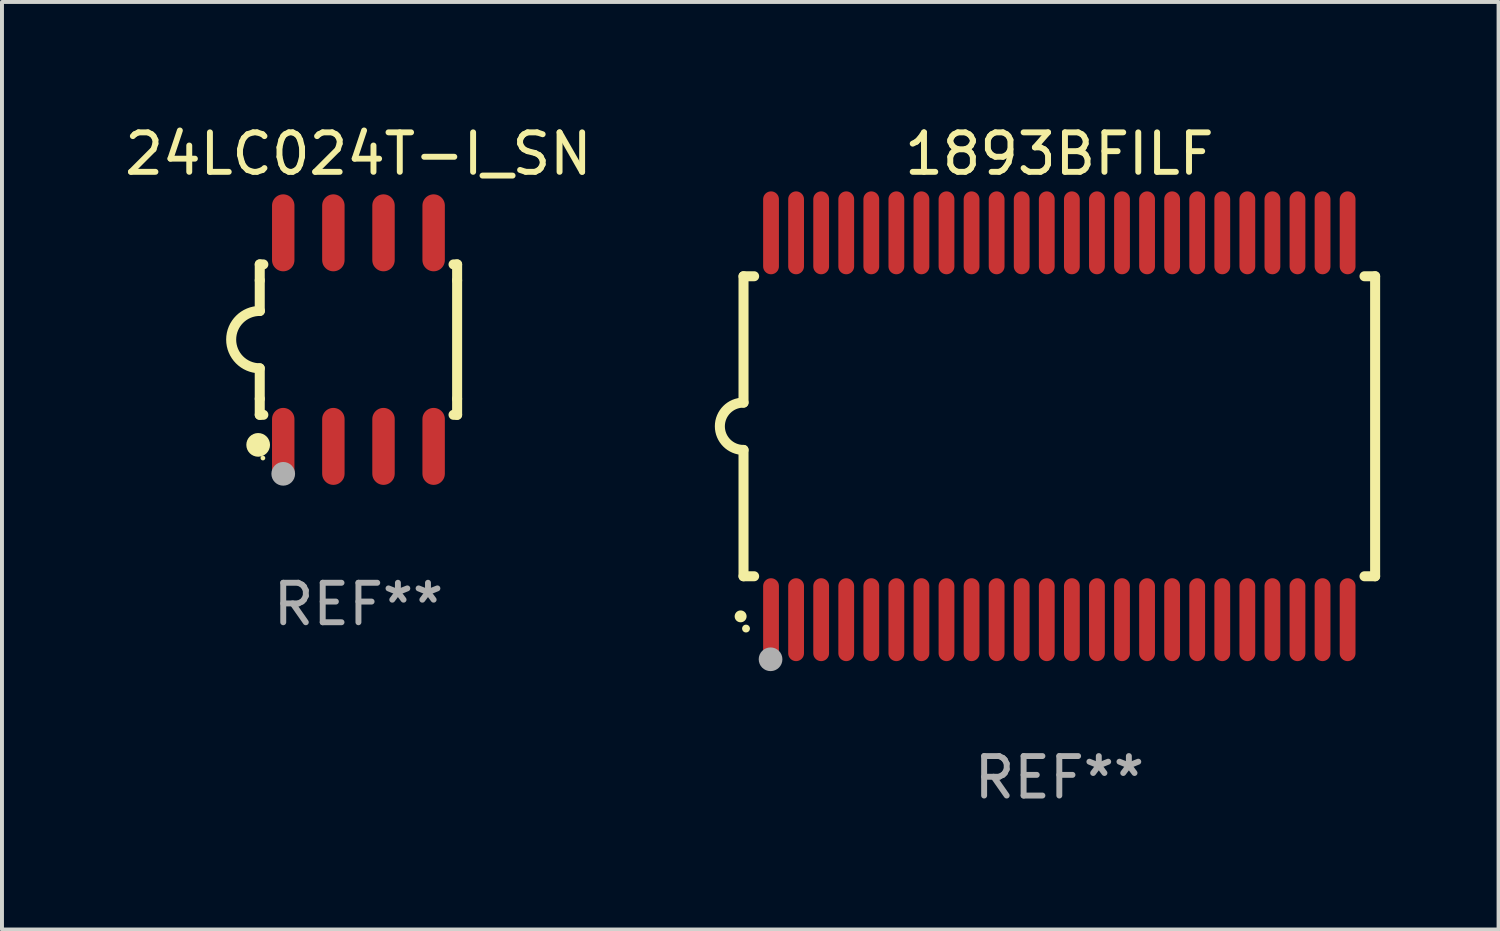
<source format=kicad_pcb>
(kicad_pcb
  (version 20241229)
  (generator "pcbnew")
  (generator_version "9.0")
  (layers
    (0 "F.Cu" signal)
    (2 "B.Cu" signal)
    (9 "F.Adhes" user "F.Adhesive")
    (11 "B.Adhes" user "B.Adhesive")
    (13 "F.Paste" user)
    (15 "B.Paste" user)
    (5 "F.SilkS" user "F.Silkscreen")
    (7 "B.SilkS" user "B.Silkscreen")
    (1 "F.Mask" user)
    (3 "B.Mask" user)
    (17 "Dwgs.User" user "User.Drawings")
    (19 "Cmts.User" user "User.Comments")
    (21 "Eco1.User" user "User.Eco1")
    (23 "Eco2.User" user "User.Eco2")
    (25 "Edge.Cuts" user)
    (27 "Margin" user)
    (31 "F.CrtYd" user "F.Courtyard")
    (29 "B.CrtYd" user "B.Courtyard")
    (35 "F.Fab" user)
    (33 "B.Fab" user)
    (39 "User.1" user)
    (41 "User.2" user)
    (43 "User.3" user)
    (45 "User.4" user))
  (footprint "24LC024T-I_SN"
    (layer "F.Cu")
    (at 6.03 5.553)
    (property "Reference" "24LC024T-I_SN" (at 0 -4.705 0) (layer "F.SilkS") (effects (font (size 1 1) (thickness 0.15))))
    (attr through_hole)
    (fp_line (start -2.5 -1.905) (end -2.409 -1.905) (stroke (width 0.254) (type solid)) (layer "F.SilkS"))
    (fp_line (start -2.5 -1.5) (end -2.5 -1.905) (stroke (width 0.254) (type solid)) (layer "F.SilkS"))
    (fp_line (start -2.5 -1.5) (end -2.5 -0.726) (stroke (width 0.254) (type solid)) (layer "F.SilkS"))
    (fp_line (start -2.5 1.5) (end -2.5 0.727) (stroke (width 0.254) (type solid)) (layer "F.SilkS"))
    (fp_line (start -2.5 1.5) (end -2.5 1.905) (stroke (width 0.254) (type solid)) (layer "F.SilkS"))
    (fp_line (start -2.5 1.905) (end -2.409 1.905) (stroke (width 0.254) (type solid)) (layer "F.SilkS"))
    (fp_line (start 2.5 -1.905) (end 2.409 -1.905) (stroke (width 0.254) (type solid)) (layer "F.SilkS"))
    (fp_line (start 2.5 -1.5) (end 2.5 -1.905) (stroke (width 0.254) (type solid)) (layer "F.SilkS"))
    (fp_line (start 2.5 -1.5) (end 2.5 1.5) (stroke (width 0.254) (type solid)) (layer "F.SilkS"))
    (fp_line (start 2.5 1.5) (end 2.5 1.905) (stroke (width 0.254) (type solid)) (layer "F.SilkS"))
    (fp_line (start 2.5 1.905) (end 2.409 1.905) (stroke (width 0.254) (type solid)) (layer "F.SilkS"))
    (fp_arc (start -2.5 0.726568) (mid -3.220316 -0.0023) (end -2.495097 -0.726289) (stroke (width 0.254001) (type solid)) (layer "F.SilkS"))
    (fp_circle (center -2.54 2.667) (end -2.39 2.667) (stroke (width 0.3) (type solid)) (fill no) (layer "F.SilkS"))
    (fp_circle (center -2.42 3) (end -2.39 3) (stroke (width 0.06) (type solid)) (fill no) (layer "F.SilkS"))
    (fp_circle (center -1.905 3.4) (end -1.755 3.4) (stroke (width 0.3) (type solid)) (fill no) (layer "F.Fab"))
    (fp_text user "REF**" (at 0 6.705 0) (layer "F.Fab") (effects (font (size 1 1) (thickness 0.15))))
    (pad "1" smd oval (at -1.905 2.705) (size 0.568 1.95) (layers "F.Cu" "F.Mask" "F.Paste"))
    (pad "2" smd oval (at -0.635 2.705) (size 0.568 1.95) (layers "F.Cu" "F.Mask" "F.Paste"))
    (pad "3" smd oval (at 0.635 2.705) (size 0.568 1.95) (layers "F.Cu" "F.Mask" "F.Paste"))
    (pad "4" smd oval (at 1.905 2.705) (size 0.568 1.95) (layers "F.Cu" "F.Mask" "F.Paste"))
    (pad "5" smd oval (at 1.905 -2.705) (size 0.568 1.95) (layers "F.Cu" "F.Mask" "F.Paste"))
    (pad "6" smd oval (at 0.635 -2.705) (size 0.568 1.95) (layers "F.Cu" "F.Mask" "F.Paste"))
    (pad "7" smd oval (at -0.635 -2.705) (size 0.568 1.95) (layers "F.Cu" "F.Mask" "F.Paste"))
    (pad "8" smd oval (at -1.905 -2.705) (size 0.568 1.95) (layers "F.Cu" "F.Mask" "F.Paste")))
  (footprint "1893BFILF"
    (layer "F.Cu")
    (at 23.785 7.748)
    (property "Reference" "1893BFILF" (at 0 -6.9 0) (layer "F.SilkS") (effects (font (size 1 1) (thickness 0.15))))
    (attr through_hole)
    (fp_line (start -8 -3.8) (end -8 -0.599) (stroke (width 0.254) (type solid)) (layer "F.SilkS"))
    (fp_line (start -8 -3.8) (end -7.731 -3.8) (stroke (width 0.254) (type solid)) (layer "F.SilkS"))
    (fp_line (start -8 3.8) (end -8 0.599) (stroke (width 0.254) (type solid)) (layer "F.SilkS"))
    (fp_line (start -7.731 3.8) (end -8 3.8) (stroke (width 0.254) (type solid)) (layer "F.SilkS"))
    (fp_line (start 7.731 -3.8) (end 8 -3.8) (stroke (width 0.254) (type solid)) (layer "F.SilkS"))
    (fp_line (start 8 -3.8) (end 8 3.8) (stroke (width 0.254) (type solid)) (layer "F.SilkS"))
    (fp_line (start 8 3.8) (end 7.731 3.8) (stroke (width 0.254) (type solid)) (layer "F.SilkS"))
    (fp_arc (start -8.074676 4.81585) (mid -8.073406 4.815845) (end -8.072136 4.81585) (stroke (width 0.3) (type solid)) (layer "F.SilkS"))
    (fp_arc (start -8.000025 0.6) (mid -8.598908 0.00056) (end -8.000027 -0.598882) (stroke (width 0.254001) (type solid)) (layer "F.SilkS"))
    (fp_circle (center -7.937 5.125) (end -7.887 5.125) (stroke (width 0.1) (type solid)) (fill no) (layer "F.SilkS"))
    (fp_circle (center -7.315 5.903) (end -7.165 5.903) (stroke (width 0.3) (type solid)) (fill no) (layer "F.Fab"))
    (fp_text user "REF**" (at 0 8.9 0) (layer "F.Fab") (effects (font (size 1 1) (thickness 0.15))))
    (pad "1" smd oval (at -7.303 4.9) (size 0.4 2.1) (layers "F.Cu" "F.Mask" "F.Paste"))
    (pad "2" smd oval (at -6.668 4.9) (size 0.4 2.1) (layers "F.Cu" "F.Mask" "F.Paste"))
    (pad "3" smd oval (at -6.033 4.9) (size 0.4 2.1) (layers "F.Cu" "F.Mask" "F.Paste"))
    (pad "4" smd oval (at -5.398 4.9) (size 0.4 2.1) (layers "F.Cu" "F.Mask" "F.Paste"))
    (pad "5" smd oval (at -4.763 4.9) (size 0.4 2.1) (layers "F.Cu" "F.Mask" "F.Paste"))
    (pad "6" smd oval (at -4.128 4.9) (size 0.4 2.1) (layers "F.Cu" "F.Mask" "F.Paste"))
    (pad "7" smd oval (at -3.493 4.9) (size 0.4 2.1) (layers "F.Cu" "F.Mask" "F.Paste"))
    (pad "8" smd oval (at -2.858 4.9) (size 0.4 2.1) (layers "F.Cu" "F.Mask" "F.Paste"))
    (pad "9" smd oval (at -2.223 4.9) (size 0.4 2.1) (layers "F.Cu" "F.Mask" "F.Paste"))
    (pad "10" smd oval (at -1.588 4.9) (size 0.4 2.1) (layers "F.Cu" "F.Mask" "F.Paste"))
    (pad "11" smd oval (at -0.953 4.9) (size 0.4 2.1) (layers "F.Cu" "F.Mask" "F.Paste"))
    (pad "12" smd oval (at -0.318 4.9) (size 0.4 2.1) (layers "F.Cu" "F.Mask" "F.Paste"))
    (pad "13" smd oval (at 0.318 4.9) (size 0.4 2.1) (layers "F.Cu" "F.Mask" "F.Paste"))
    (pad "14" smd oval (at 0.953 4.9) (size 0.4 2.1) (layers "F.Cu" "F.Mask" "F.Paste"))
    (pad "15" smd oval (at 1.588 4.9) (size 0.4 2.1) (layers "F.Cu" "F.Mask" "F.Paste"))
    (pad "16" smd oval (at 2.223 4.9) (size 0.4 2.1) (layers "F.Cu" "F.Mask" "F.Paste"))
    (pad "17" smd oval (at 2.858 4.9) (size 0.4 2.1) (layers "F.Cu" "F.Mask" "F.Paste"))
    (pad "18" smd oval (at 3.493 4.9) (size 0.4 2.1) (layers "F.Cu" "F.Mask" "F.Paste"))
    (pad "19" smd oval (at 4.128 4.9) (size 0.4 2.1) (layers "F.Cu" "F.Mask" "F.Paste"))
    (pad "20" smd oval (at 4.763 4.9) (size 0.4 2.1) (layers "F.Cu" "F.Mask" "F.Paste"))
    (pad "21" smd oval (at 5.398 4.9) (size 0.4 2.1) (layers "F.Cu" "F.Mask" "F.Paste"))
    (pad "22" smd oval (at 6.033 4.9) (size 0.4 2.1) (layers "F.Cu" "F.Mask" "F.Paste"))
    (pad "23" smd oval (at 6.668 4.9) (size 0.4 2.1) (layers "F.Cu" "F.Mask" "F.Paste"))
    (pad "24" smd oval (at 7.303 4.9) (size 0.4 2.1) (layers "F.Cu" "F.Mask" "F.Paste"))
    (pad "25" smd oval (at 7.303 -4.9 180) (size 0.4 2.1) (layers "F.Cu" "F.Mask" "F.Paste"))
    (pad "26" smd oval (at 6.668 -4.9 180) (size 0.4 2.1) (layers "F.Cu" "F.Mask" "F.Paste"))
    (pad "27" smd oval (at 6.033 -4.9 180) (size 0.4 2.1) (layers "F.Cu" "F.Mask" "F.Paste"))
    (pad "28" smd oval (at 5.398 -4.9 180) (size 0.4 2.1) (layers "F.Cu" "F.Mask" "F.Paste"))
    (pad "29" smd oval (at 4.763 -4.9 180) (size 0.4 2.1) (layers "F.Cu" "F.Mask" "F.Paste"))
    (pad "30" smd oval (at 4.128 -4.9 180) (size 0.4 2.1) (layers "F.Cu" "F.Mask" "F.Paste"))
    (pad "31" smd oval (at 3.493 -4.9 180) (size 0.4 2.1) (layers "F.Cu" "F.Mask" "F.Paste"))
    (pad "32" smd oval (at 2.858 -4.9 180) (size 0.4 2.1) (layers "F.Cu" "F.Mask" "F.Paste"))
    (pad "33" smd oval (at 2.223 -4.9 180) (size 0.4 2.1) (layers "F.Cu" "F.Mask" "F.Paste"))
    (pad "34" smd oval (at 1.588 -4.9 180) (size 0.4 2.1) (layers "F.Cu" "F.Mask" "F.Paste"))
    (pad "35" smd oval (at 0.953 -4.9 180) (size 0.4 2.1) (layers "F.Cu" "F.Mask" "F.Paste"))
    (pad "36" smd oval (at 0.318 -4.9 180) (size 0.4 2.1) (layers "F.Cu" "F.Mask" "F.Paste"))
    (pad "37" smd oval (at -0.318 -4.9 180) (size 0.4 2.1) (layers "F.Cu" "F.Mask" "F.Paste"))
    (pad "38" smd oval (at -0.953 -4.9 180) (size 0.4 2.1) (layers "F.Cu" "F.Mask" "F.Paste"))
    (pad "39" smd oval (at -1.588 -4.9 180) (size 0.4 2.1) (layers "F.Cu" "F.Mask" "F.Paste"))
    (pad "40" smd oval (at -2.223 -4.9 180) (size 0.4 2.1) (layers "F.Cu" "F.Mask" "F.Paste"))
    (pad "41" smd oval (at -2.858 -4.9 180) (size 0.4 2.1) (layers "F.Cu" "F.Mask" "F.Paste"))
    (pad "42" smd oval (at -3.493 -4.9 180) (size 0.4 2.1) (layers "F.Cu" "F.Mask" "F.Paste"))
    (pad "43" smd oval (at -4.128 -4.9 180) (size 0.4 2.1) (layers "F.Cu" "F.Mask" "F.Paste"))
    (pad "44" smd oval (at -4.763 -4.9 180) (size 0.4 2.1) (layers "F.Cu" "F.Mask" "F.Paste"))
    (pad "45" smd oval (at -5.398 -4.9 180) (size 0.4 2.1) (layers "F.Cu" "F.Mask" "F.Paste"))
    (pad "46" smd oval (at -6.033 -4.9 180) (size 0.4 2.1) (layers "F.Cu" "F.Mask" "F.Paste"))
    (pad "47" smd oval (at -6.668 -4.9 180) (size 0.4 2.1) (layers "F.Cu" "F.Mask" "F.Paste"))
    (pad "48" smd oval (at -7.303 -4.9 180) (size 0.4 2.1) (layers "F.Cu" "F.Mask" "F.Paste")))
  (gr_rect
    (start -3 -3)
    (end 34.912 20.496)
    (stroke (width 0.1) (type default))
    (fill no)
    (layer "Edge.Cuts")))
</source>
